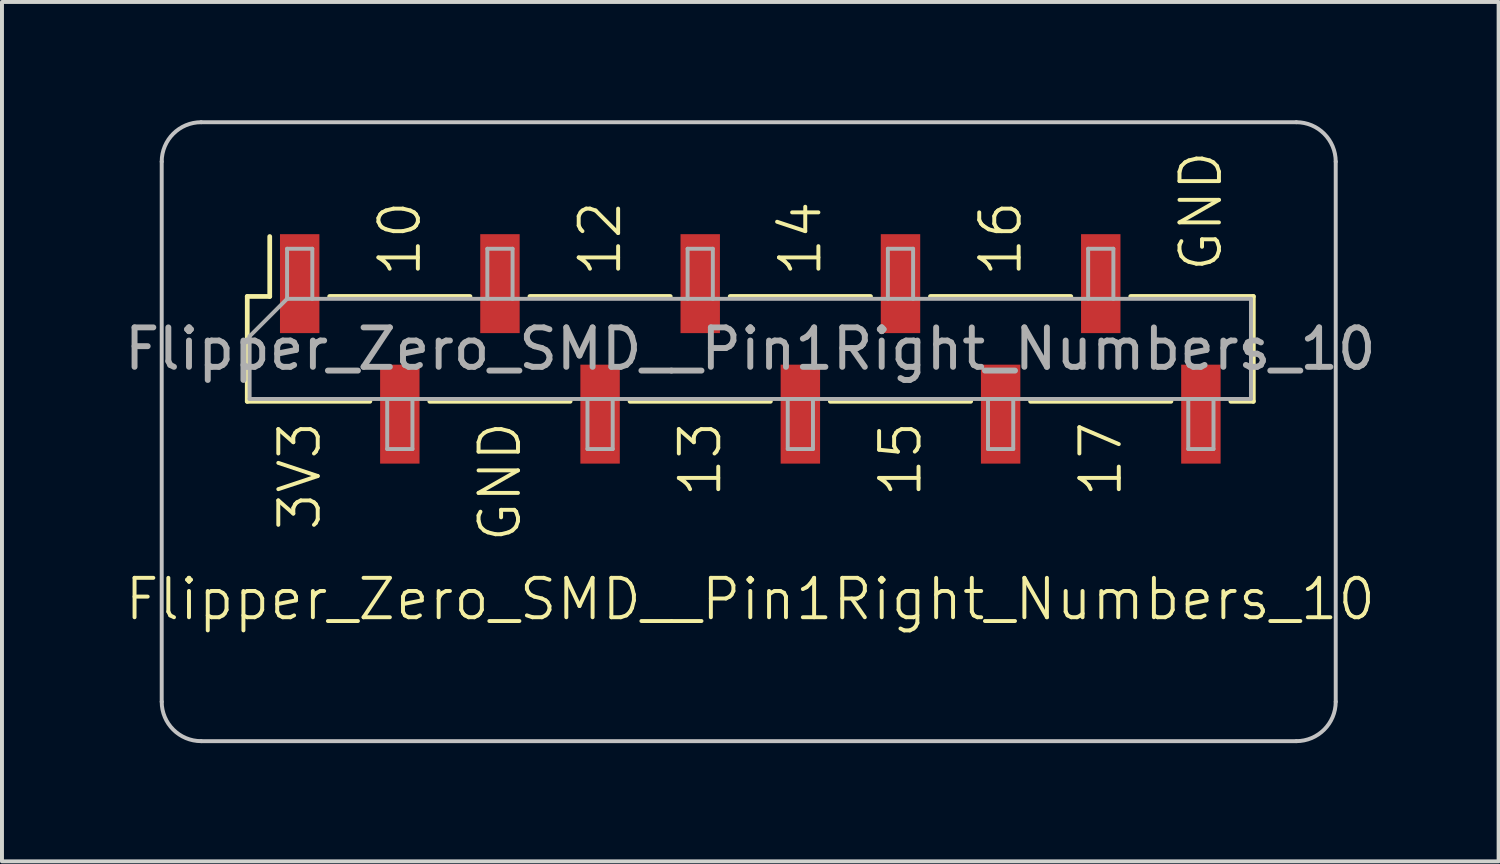
<source format=kicad_pcb>
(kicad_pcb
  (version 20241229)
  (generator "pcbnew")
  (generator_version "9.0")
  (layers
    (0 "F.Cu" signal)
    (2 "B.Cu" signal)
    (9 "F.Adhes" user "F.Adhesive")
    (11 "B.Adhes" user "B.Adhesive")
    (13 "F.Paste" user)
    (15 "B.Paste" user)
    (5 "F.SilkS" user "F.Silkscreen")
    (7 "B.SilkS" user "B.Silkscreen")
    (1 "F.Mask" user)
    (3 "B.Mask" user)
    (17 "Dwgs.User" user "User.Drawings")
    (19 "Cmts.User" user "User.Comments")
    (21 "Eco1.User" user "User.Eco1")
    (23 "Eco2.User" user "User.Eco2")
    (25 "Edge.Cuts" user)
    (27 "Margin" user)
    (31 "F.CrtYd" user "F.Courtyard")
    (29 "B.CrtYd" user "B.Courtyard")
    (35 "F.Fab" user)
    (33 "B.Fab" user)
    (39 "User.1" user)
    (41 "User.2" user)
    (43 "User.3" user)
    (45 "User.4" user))
  (footprint "Flipper_Zero_SMD__Pin1Right_Numbers_10"
    (layer "F.Cu")
    (at 4.552 5.8)
    (property "Reference" "Flipper_Zero_SMD__Pin1Right_Numbers_10" (at 11.43 6.35 0) (unlocked yes) (layer "F.SilkS") (effects (font (size 1 1) (thickness 0.1))))
    (attr smd)
    (fp_line (start -1.33 -1.33) (end -0.76 -1.33) (stroke (width 0.12) (type solid)) (layer "F.SilkS"))
    (fp_line (start -1.33 1.33) (end -1.33 -1.33) (stroke (width 0.12) (type solid)) (layer "F.SilkS"))
    (fp_line (start -1.33 1.33) (end 1.78 1.33) (stroke (width 0.12) (type solid)) (layer "F.SilkS"))
    (fp_line (start -0.76 -1.33) (end -0.76 -2.85) (stroke (width 0.12) (type solid)) (layer "F.SilkS"))
    (fp_line (start 0.76 -1.33) (end 4.32 -1.33) (stroke (width 0.12) (type solid)) (layer "F.SilkS"))
    (fp_line (start 3.3 1.33) (end 6.86 1.33) (stroke (width 0.12) (type solid)) (layer "F.SilkS"))
    (fp_line (start 5.84 -1.33) (end 9.4 -1.33) (stroke (width 0.12) (type solid)) (layer "F.SilkS"))
    (fp_line (start 8.38 1.33) (end 11.94 1.33) (stroke (width 0.12) (type solid)) (layer "F.SilkS"))
    (fp_line (start 10.92 -1.33) (end 14.48 -1.33) (stroke (width 0.12) (type solid)) (layer "F.SilkS"))
    (fp_line (start 13.46 1.33) (end 17.02 1.33) (stroke (width 0.12) (type solid)) (layer "F.SilkS"))
    (fp_line (start 16 -1.33) (end 19.56 -1.33) (stroke (width 0.12) (type solid)) (layer "F.SilkS"))
    (fp_line (start 18.54 1.33) (end 22.1 1.33) (stroke (width 0.12) (type solid)) (layer "F.SilkS"))
    (fp_line (start 21.08 -1.33) (end 24.19 -1.33) (stroke (width 0.12) (type solid)) (layer "F.SilkS"))
    (fp_line (start 23.62 1.33) (end 24.19 1.33) (stroke (width 0.12) (type solid)) (layer "F.SilkS"))
    (fp_line (start 24.19 1.33) (end 24.19 -1.33) (stroke (width 0.12) (type solid)) (layer "F.SilkS"))
    (fp_line (start -3.5 8.95) (end -3.5 -4.75) (stroke (width 0.1) (type default)) (layer "Dwgs.User"))
    (fp_line (start -2.5 -5.75) (end 25.28 -5.75) (stroke (width 0.1) (type default)) (layer "Dwgs.User"))
    (fp_line (start -2.5 9.95) (end 25.28 9.95) (stroke (width 0.1) (type default)) (layer "Dwgs.User"))
    (fp_line (start 26.28 8.95) (end 26.28 -4.75) (stroke (width 0.1) (type default)) (layer "Dwgs.User"))
    (fp_arc (start -3.5 -4.75) (mid -3.207107 -5.457106) (end -2.5 -5.75) (stroke (width 0.1) (type default)) (layer "Dwgs.User"))
    (fp_arc (start -2.5 9.95) (mid -3.207106 9.657107) (end -3.5 8.95) (stroke (width 0.1) (type default)) (layer "Dwgs.User"))
    (fp_arc (start 25.28 -5.75) (mid 25.987106 -5.457107) (end 26.28 -4.75) (stroke (width 0.1) (type default)) (layer "Dwgs.User"))
    (fp_arc (start 26.28 8.95) (mid 25.987107 9.657106) (end 25.28 9.95) (stroke (width 0.1) (type default)) (layer "Dwgs.User"))
    (fp_line (start -1.27 1.27) (end -1.27 -0.32) (stroke (width 0.1) (type solid)) (layer "F.Fab"))
    (fp_line (start -1.27 1.27) (end 24.13 1.27) (stroke (width 0.1) (type solid)) (layer "F.Fab"))
    (fp_line (start -0.32 -2.54) (end 0.32 -2.54) (stroke (width 0.1) (type solid)) (layer "F.Fab"))
    (fp_line (start -0.32 -1.27) (end -1.27 -0.32) (stroke (width 0.1) (type solid)) (layer "F.Fab"))
    (fp_line (start -0.32 -1.27) (end -0.32 -2.54) (stroke (width 0.1) (type solid)) (layer "F.Fab"))
    (fp_line (start 0.32 -2.54) (end 0.32 -1.27) (stroke (width 0.1) (type solid)) (layer "F.Fab"))
    (fp_line (start 2.22 1.27) (end 2.22 2.54) (stroke (width 0.1) (type solid)) (layer "F.Fab"))
    (fp_line (start 2.22 2.54) (end 2.86 2.54) (stroke (width 0.1) (type solid)) (layer "F.Fab"))
    (fp_line (start 2.86 2.54) (end 2.86 1.27) (stroke (width 0.1) (type solid)) (layer "F.Fab"))
    (fp_line (start 4.76 -2.54) (end 5.4 -2.54) (stroke (width 0.1) (type solid)) (layer "F.Fab"))
    (fp_line (start 4.76 -1.27) (end 4.76 -2.54) (stroke (width 0.1) (type solid)) (layer "F.Fab"))
    (fp_line (start 5.4 -2.54) (end 5.4 -1.27) (stroke (width 0.1) (type solid)) (layer "F.Fab"))
    (fp_line (start 7.3 1.27) (end 7.3 2.54) (stroke (width 0.1) (type solid)) (layer "F.Fab"))
    (fp_line (start 7.3 2.54) (end 7.94 2.54) (stroke (width 0.1) (type solid)) (layer "F.Fab"))
    (fp_line (start 7.94 2.54) (end 7.94 1.27) (stroke (width 0.1) (type solid)) (layer "F.Fab"))
    (fp_line (start 9.84 -2.54) (end 10.48 -2.54) (stroke (width 0.1) (type solid)) (layer "F.Fab"))
    (fp_line (start 9.84 -1.27) (end 9.84 -2.54) (stroke (width 0.1) (type solid)) (layer "F.Fab"))
    (fp_line (start 10.48 -2.54) (end 10.48 -1.27) (stroke (width 0.1) (type solid)) (layer "F.Fab"))
    (fp_line (start 12.38 1.27) (end 12.38 2.54) (stroke (width 0.1) (type solid)) (layer "F.Fab"))
    (fp_line (start 12.38 2.54) (end 13.02 2.54) (stroke (width 0.1) (type solid)) (layer "F.Fab"))
    (fp_line (start 13.02 2.54) (end 13.02 1.27) (stroke (width 0.1) (type solid)) (layer "F.Fab"))
    (fp_line (start 14.92 -2.54) (end 15.56 -2.54) (stroke (width 0.1) (type solid)) (layer "F.Fab"))
    (fp_line (start 14.92 -1.27) (end 14.92 -2.54) (stroke (width 0.1) (type solid)) (layer "F.Fab"))
    (fp_line (start 15.56 -2.54) (end 15.56 -1.27) (stroke (width 0.1) (type solid)) (layer "F.Fab"))
    (fp_line (start 17.46 1.27) (end 17.46 2.54) (stroke (width 0.1) (type solid)) (layer "F.Fab"))
    (fp_line (start 17.46 2.54) (end 18.1 2.54) (stroke (width 0.1) (type solid)) (layer "F.Fab"))
    (fp_line (start 18.1 2.54) (end 18.1 1.27) (stroke (width 0.1) (type solid)) (layer "F.Fab"))
    (fp_line (start 20 -2.54) (end 20.64 -2.54) (stroke (width 0.1) (type solid)) (layer "F.Fab"))
    (fp_line (start 20 -1.27) (end 20 -2.54) (stroke (width 0.1) (type solid)) (layer "F.Fab"))
    (fp_line (start 20.64 -2.54) (end 20.64 -1.27) (stroke (width 0.1) (type solid)) (layer "F.Fab"))
    (fp_line (start 22.54 1.27) (end 22.54 2.54) (stroke (width 0.1) (type solid)) (layer "F.Fab"))
    (fp_line (start 22.54 2.54) (end 23.18 2.54) (stroke (width 0.1) (type solid)) (layer "F.Fab"))
    (fp_line (start 23.18 2.54) (end 23.18 1.27) (stroke (width 0.1) (type solid)) (layer "F.Fab"))
    (fp_line (start 24.13 -1.27) (end -0.32 -1.27) (stroke (width 0.1) (type solid)) (layer "F.Fab"))
    (fp_line (start 24.13 -1.27) (end 24.13 1.27) (stroke (width 0.1) (type solid)) (layer "F.Fab"))
    (fp_text user "GND" (at 5.08 1.778 90) (unlocked yes) (layer "F.SilkS") (effects (font (size 1 1) (thickness 0.1)) (justify right)))
    (fp_text user "13" (at 10.16 1.778 90) (unlocked yes) (layer "F.SilkS") (effects (font (size 1 1) (thickness 0.1)) (justify right)))
    (fp_text user "14" (at 12.7 -1.778 90) (unlocked yes) (layer "F.SilkS") (effects (font (size 1 1) (thickness 0.1)) (justify left)))
    (fp_text user "17" (at 20.32 1.778 90) (unlocked yes) (layer "F.SilkS") (effects (font (size 1 1) (thickness 0.1)) (justify right)))
    (fp_text user "10" (at 2.54 -1.778 90) (unlocked yes) (layer "F.SilkS") (effects (font (size 1 1) (thickness 0.1)) (justify left)))
    (fp_text user "GND" (at 22.86 -1.905 90) (unlocked yes) (layer "F.SilkS") (effects (font (size 1 1) (thickness 0.1)) (justify left)))
    (fp_text user "16" (at 17.78 -1.778 90) (unlocked yes) (layer "F.SilkS") (effects (font (size 1 1) (thickness 0.1)) (justify left)))
    (fp_text user "12" (at 7.62 -1.778 90) (unlocked yes) (layer "F.SilkS") (effects (font (size 1 1) (thickness 0.1)) (justify left)))
    (fp_text user "3V3" (at 0 1.778 90) (unlocked yes) (layer "F.SilkS") (effects (font (size 1 1) (thickness 0.1)) (justify right)))
    (fp_text user "15" (at 15.24 1.778 90) (unlocked yes) (layer "F.SilkS") (effects (font (size 1 1) (thickness 0.1)) (justify right)))
    (fp_text user "${REFERENCE}" (at 11.43 0 180) (layer "F.Fab") (effects (font (size 1 1) (thickness 0.15))))
    (pad "9" smd rect (at 0 -1.655 90) (size 2.51 1) (layers "F.Cu" "F.Mask" "F.Paste"))
    (pad "10" smd rect (at 2.54 1.655 90) (size 2.51 1) (layers "F.Cu" "F.Mask" "F.Paste"))
    (pad "11" smd rect (at 5.08 -1.655 90) (size 2.51 1) (layers "F.Cu" "F.Mask" "F.Paste"))
    (pad "12" smd rect (at 7.62 1.655 90) (size 2.51 1) (layers "F.Cu" "F.Mask" "F.Paste"))
    (pad "13" smd rect (at 10.16 -1.655 90) (size 2.51 1) (layers "F.Cu" "F.Mask" "F.Paste"))
    (pad "14" smd rect (at 12.7 1.655 90) (size 2.51 1) (layers "F.Cu" "F.Mask" "F.Paste"))
    (pad "15" smd rect (at 15.24 -1.655 90) (size 2.51 1) (layers "F.Cu" "F.Mask" "F.Paste"))
    (pad "16" smd rect (at 17.78 1.655 90) (size 2.51 1) (layers "F.Cu" "F.Mask" "F.Paste"))
    (pad "17" smd rect (at 20.32 -1.655 90) (size 2.51 1) (layers "F.Cu" "F.Mask" "F.Paste"))
    (pad "18" smd rect (at 22.86 1.655 90) (size 2.51 1) (layers "F.Cu" "F.Mask" "F.Paste")))
  (gr_rect
    (start -3 -3)
    (end 34.964 18.8)
    (stroke (width 0.1) (type default))
    (fill no)
    (layer "Edge.Cuts")))
</source>
